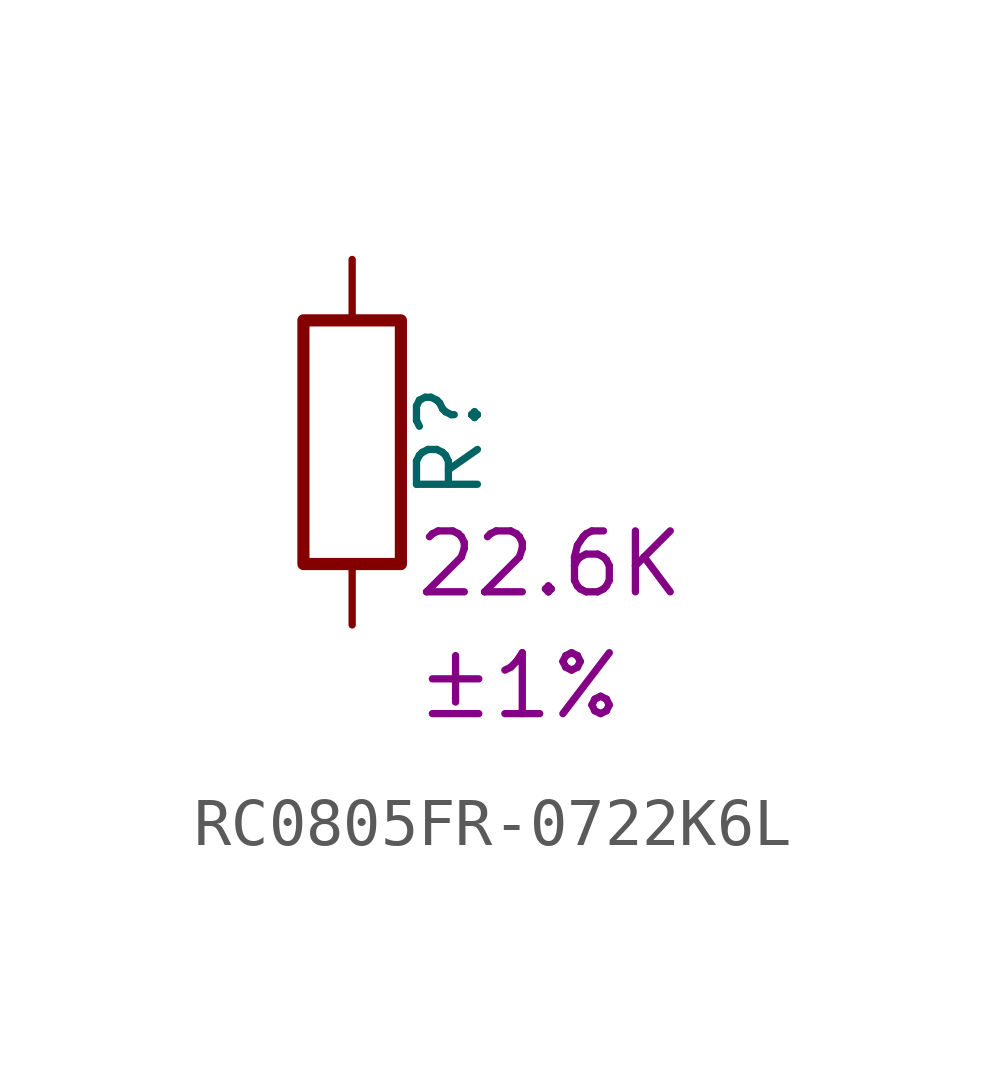
<source format=kicad_sym>
(kicad_symbol_lib
  (version 20220914)
  (generator kicad_symbol_editor)
  (symbol "RC0805FR-0722K6L"
    (pin_numbers hide)
    (pin_names
      (offset 0))
    (property "Reference" "R"
      (at 2.032 0 90)
      (effects (font (size 1.27 1.27))))
    (property "Resistance" "22.6K"
      (at 1.27 -2.54 0)
      (effects (font (size 1.27 1.27)) (justify left)))
    (property "Tolerance" "±1%"
      (at 1.27 -5.08 0)
      (effects (font (size 1.27 1.27)) (justify left)))
    (symbol "RC0805FR-0722K6L_0_1"
      (rectangle (start -1.016 -2.54) (end 1.016 2.54) (stroke (width 0.254) (type default)) (fill (type none))))
    (symbol "RC0805FR-0722K6L_1_1"
      (pin passive line (at 0 3.81 270) (length 1.27) (name "~" (effects (font (size 1.27 1.27)))) (number "1" (effects (font (size 1.27 1.27)))))
      (pin passive line (at 0 -3.81 90) (length 1.27) (name "~" (effects (font (size 1.27 1.27)))) (number "2" (effects (font (size 1.27 1.27))))))))
</source>
